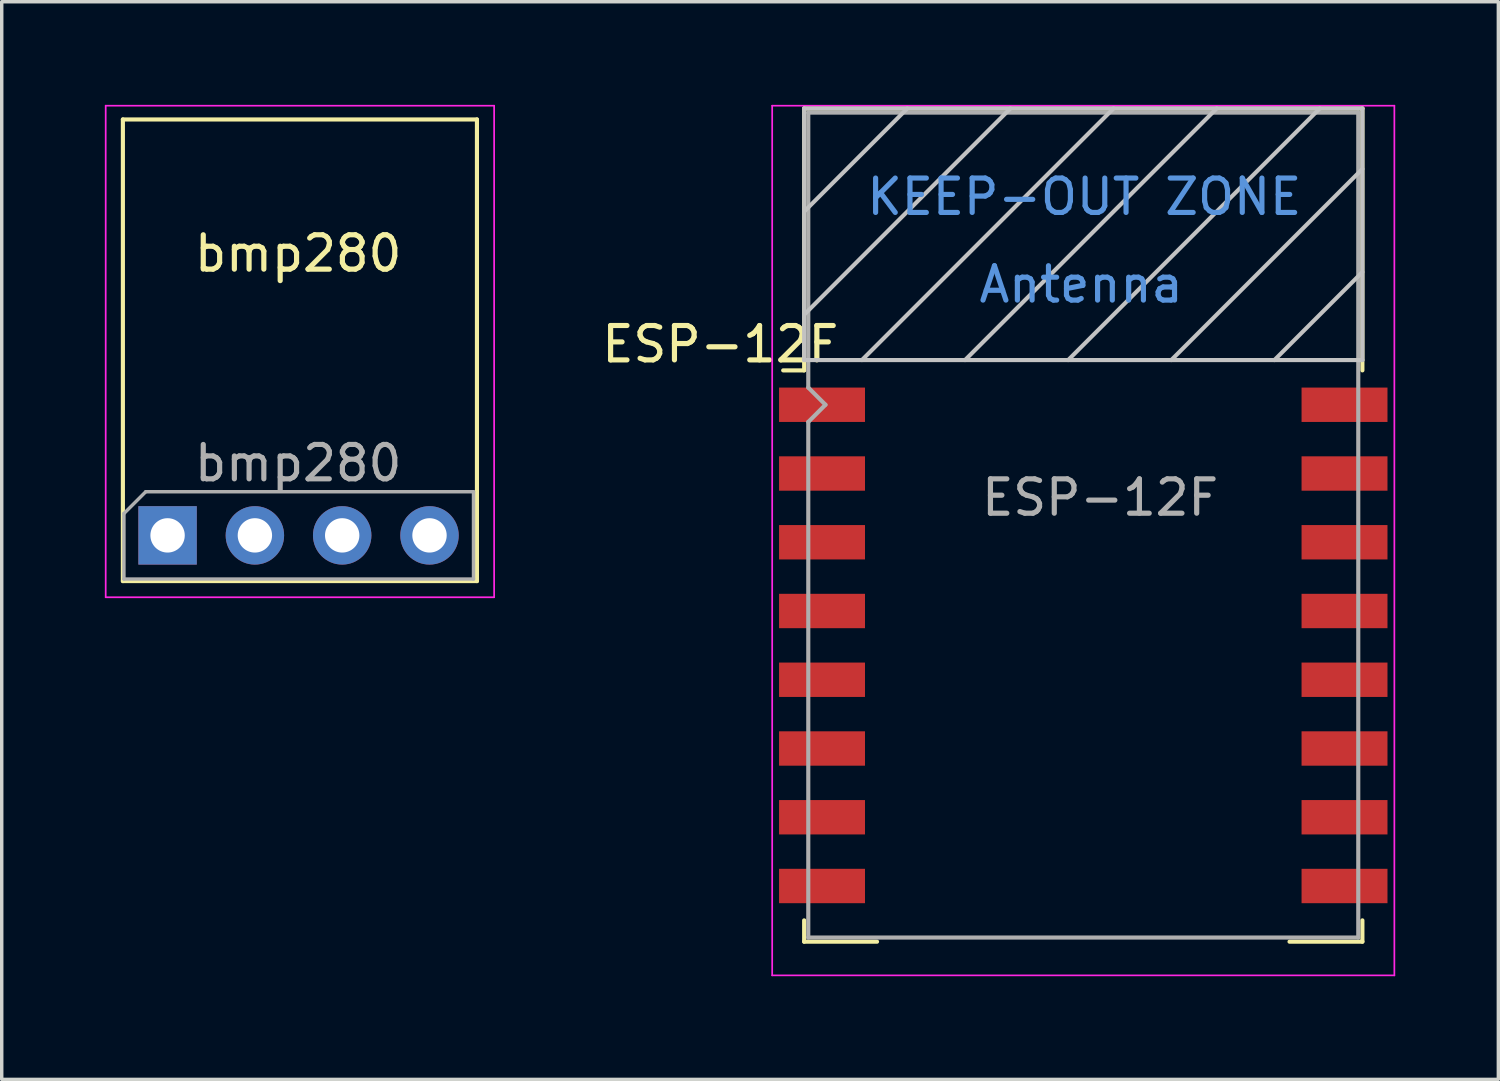
<source format=kicad_pcb>
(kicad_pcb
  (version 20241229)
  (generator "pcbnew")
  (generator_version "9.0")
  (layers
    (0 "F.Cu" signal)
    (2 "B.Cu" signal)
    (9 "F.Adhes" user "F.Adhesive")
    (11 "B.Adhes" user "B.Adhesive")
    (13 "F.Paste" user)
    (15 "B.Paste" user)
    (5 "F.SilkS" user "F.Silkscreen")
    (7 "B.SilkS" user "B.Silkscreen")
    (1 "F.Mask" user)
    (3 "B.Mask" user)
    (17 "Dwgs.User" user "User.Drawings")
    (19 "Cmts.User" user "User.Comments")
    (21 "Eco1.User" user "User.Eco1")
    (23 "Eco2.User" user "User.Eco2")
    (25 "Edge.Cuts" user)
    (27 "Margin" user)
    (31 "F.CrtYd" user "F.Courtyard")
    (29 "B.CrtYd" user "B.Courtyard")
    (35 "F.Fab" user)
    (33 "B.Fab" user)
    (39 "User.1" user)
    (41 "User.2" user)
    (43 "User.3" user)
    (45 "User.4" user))
  (footprint "bmp280"
    (layer "F.Cu")
    (at 5.625 7.525)
    (property "Reference" "bmp280" (at 0 -3.2 0) (layer "F.SilkS") (effects (font (size 1 1) (thickness 0.15))))
    (attr through_hole)
    (fp_line (start -5.1 -7.1) (end 5.2 -7.1) (stroke (width 0.12) (type solid)) (layer "F.SilkS"))
    (fp_line (start -5.1 6.33) (end -5.1 -7.1) (stroke (width 0.12) (type solid)) (layer "F.SilkS"))
    (fp_line (start -5.1 6.33) (end 5.2 6.33) (stroke (width 0.12) (type solid)) (layer "F.SilkS"))
    (fp_line (start 5.2 6.33) (end 5.2 -7.1) (stroke (width 0.12) (type solid)) (layer "F.SilkS"))
    (fp_line (start -5.6 -7.5) (end 5.7 -7.5) (stroke (width 0.05) (type solid)) (layer "F.CrtYd"))
    (fp_line (start -5.6 6.8) (end -5.6 -7.5) (stroke (width 0.05) (type solid)) (layer "F.CrtYd"))
    (fp_line (start 5.7 -7.5) (end 5.7 6.8) (stroke (width 0.05) (type solid)) (layer "F.CrtYd"))
    (fp_line (start 5.7 6.8) (end -5.6 6.8) (stroke (width 0.05) (type solid)) (layer "F.CrtYd"))
    (fp_line (start -5.07 4.365) (end -4.435 3.73) (stroke (width 0.1) (type solid)) (layer "F.Fab"))
    (fp_line (start -5.07 6.27) (end -5.07 4.365) (stroke (width 0.1) (type solid)) (layer "F.Fab"))
    (fp_line (start -4.435 3.73) (end 5.1 3.73) (stroke (width 0.1) (type solid)) (layer "F.Fab"))
    (fp_line (start 5.1 3.73) (end 5.1 6.27) (stroke (width 0.1) (type solid)) (layer "F.Fab"))
    (fp_line (start 5.1 6.27) (end -5.07 6.27) (stroke (width 0.1) (type solid)) (layer "F.Fab"))
    (fp_text user "${REFERENCE}" (at 0 2.9 180) (layer "F.Fab") (effects (font (size 1 1) (thickness 0.15))))
    (pad "1" thru_hole rect (at -3.8 5 90) (size 1.7 1.7) (drill 1) (layers "*.Cu" "*.Mask"))
    (pad "2" thru_hole oval (at -1.26 5 90) (size 1.7 1.7) (drill 1) (layers "*.Cu" "*.Mask"))
    (pad "3" thru_hole oval (at 1.28 5 90) (size 1.7 1.7) (drill 1) (layers "*.Cu" "*.Mask"))
    (pad "4" thru_hole oval (at 3.82 5 90) (size 1.7 1.7) (drill 1) (layers "*.Cu" "*.Mask")))
  (footprint "ESP-12F"
    (layer "F.Cu")
    (at 28.464 12.225)
    (property "Reference" "ESP-12F" (at -10.56 -5.26 0) (layer "F.SilkS") (effects (font (size 1 1) (thickness 0.15))))
    (attr smd)
    (fp_line (start -8.12 -12.12) (end 8.12 -12.12) (stroke (width 0.12) (type solid)) (layer "F.SilkS"))
    (fp_line (start -8.12 -4.5) (end -8.73 -4.5) (stroke (width 0.12) (type solid)) (layer "F.SilkS"))
    (fp_line (start -8.12 -4.5) (end -8.12 -12.12) (stroke (width 0.12) (type solid)) (layer "F.SilkS"))
    (fp_line (start -8.12 12.12) (end -8.12 11.5) (stroke (width 0.12) (type solid)) (layer "F.SilkS"))
    (fp_line (start -6 12.12) (end -8.12 12.12) (stroke (width 0.12) (type solid)) (layer "F.SilkS"))
    (fp_line (start 8.12 -12.12) (end 8.12 -4.5) (stroke (width 0.12) (type solid)) (layer "F.SilkS"))
    (fp_line (start 8.12 11.5) (end 8.12 12.12) (stroke (width 0.12) (type solid)) (layer "F.SilkS"))
    (fp_line (start 8.12 12.12) (end 6 12.12) (stroke (width 0.12) (type solid)) (layer "F.SilkS"))
    (fp_line (start -8.12 -12.12) (end 8.12 -12.12) (stroke (width 0.12) (type solid)) (layer "Dwgs.User"))
    (fp_line (start -8.12 -9.12) (end -5.12 -12.12) (stroke (width 0.12) (type solid)) (layer "Dwgs.User"))
    (fp_line (start -8.12 -6.12) (end -2.12 -12.12) (stroke (width 0.12) (type solid)) (layer "Dwgs.User"))
    (fp_line (start -8.12 -4.8) (end -8.12 -12.12) (stroke (width 0.12) (type solid)) (layer "Dwgs.User"))
    (fp_line (start -6.44 -4.8) (end 0.88 -12.12) (stroke (width 0.12) (type solid)) (layer "Dwgs.User"))
    (fp_line (start -3.44 -4.8) (end 3.88 -12.12) (stroke (width 0.12) (type solid)) (layer "Dwgs.User"))
    (fp_line (start -0.44 -4.8) (end 6.88 -12.12) (stroke (width 0.12) (type solid)) (layer "Dwgs.User"))
    (fp_line (start 2.56 -4.8) (end 8.12 -10.36) (stroke (width 0.12) (type solid)) (layer "Dwgs.User"))
    (fp_line (start 5.56 -4.8) (end 8.12 -7.36) (stroke (width 0.12) (type solid)) (layer "Dwgs.User"))
    (fp_line (start 8.12 -12.12) (end 8.12 -4.8) (stroke (width 0.12) (type solid)) (layer "Dwgs.User"))
    (fp_line (start 8.12 -4.8) (end -8.12 -4.8) (stroke (width 0.12) (type solid)) (layer "Dwgs.User"))
    (fp_line (start -9.05 -12.2) (end 9.05 -12.2) (stroke (width 0.05) (type solid)) (layer "F.CrtYd"))
    (fp_line (start -9.05 13.1) (end -9.05 -12.2) (stroke (width 0.05) (type solid)) (layer "F.CrtYd"))
    (fp_line (start 9.05 -12.2) (end 9.05 13.1) (stroke (width 0.05) (type solid)) (layer "F.CrtYd"))
    (fp_line (start 9.05 13.1) (end -9.05 13.1) (stroke (width 0.05) (type solid)) (layer "F.CrtYd"))
    (fp_line (start -8 -12) (end 8 -12) (stroke (width 0.12) (type solid)) (layer "F.Fab"))
    (fp_line (start -8 -4) (end -8 -12) (stroke (width 0.12) (type solid)) (layer "F.Fab"))
    (fp_line (start -8 -3) (end -7.5 -3.5) (stroke (width 0.12) (type solid)) (layer "F.Fab"))
    (fp_line (start -8 12) (end -8 -3) (stroke (width 0.12) (type solid)) (layer "F.Fab"))
    (fp_line (start -7.5 -3.5) (end -8 -4) (stroke (width 0.12) (type solid)) (layer "F.Fab"))
    (fp_line (start 8 -12) (end 8 12) (stroke (width 0.12) (type solid)) (layer "F.Fab"))
    (fp_line (start 8 12) (end -8 12) (stroke (width 0.12) (type solid)) (layer "F.Fab"))
    (fp_text user "Antenna" (at -0.06 -7 180) (layer "Cmts.User") (effects (font (size 1 1) (thickness 0.15))))
    (fp_text user "KEEP-OUT ZONE" (at 0.03 -9.55 180) (layer "Cmts.User") (effects (font (size 1 1) (thickness 0.15))))
    (fp_text user "${REFERENCE}" (at 0.49 -0.8 0) (layer "F.Fab") (effects (font (size 1 1) (thickness 0.15))))
    (pad "1" smd rect (at -7.6 -3.5) (size 2.5 1) (layers "F.Cu" "F.Mask" "F.Paste"))
    (pad "2" smd rect (at -7.6 -1.5) (size 2.5 1) (layers "F.Cu" "F.Mask" "F.Paste"))
    (pad "3" smd rect (at -7.6 0.5) (size 2.5 1) (layers "F.Cu" "F.Mask" "F.Paste"))
    (pad "4" smd rect (at -7.6 2.5) (size 2.5 1) (layers "F.Cu" "F.Mask" "F.Paste"))
    (pad "5" smd rect (at -7.6 4.5) (size 2.5 1) (layers "F.Cu" "F.Mask" "F.Paste"))
    (pad "6" smd rect (at -7.6 6.5) (size 2.5 1) (layers "F.Cu" "F.Mask" "F.Paste"))
    (pad "7" smd rect (at -7.6 8.5) (size 2.5 1) (layers "F.Cu" "F.Mask" "F.Paste"))
    (pad "8" smd rect (at -7.6 10.5) (size 2.5 1) (layers "F.Cu" "F.Mask" "F.Paste"))
    (pad "15" smd rect (at 7.6 10.5) (size 2.5 1) (layers "F.Cu" "F.Mask" "F.Paste"))
    (pad "16" smd rect (at 7.6 8.5) (size 2.5 1) (layers "F.Cu" "F.Mask" "F.Paste"))
    (pad "17" smd rect (at 7.6 6.5) (size 2.5 1) (layers "F.Cu" "F.Mask" "F.Paste"))
    (pad "18" smd rect (at 7.6 4.5) (size 2.5 1) (layers "F.Cu" "F.Mask" "F.Paste"))
    (pad "19" smd rect (at 7.6 2.5) (size 2.5 1) (layers "F.Cu" "F.Mask" "F.Paste"))
    (pad "20" smd rect (at 7.6 0.5) (size 2.5 1) (layers "F.Cu" "F.Mask" "F.Paste"))
    (pad "21" smd rect (at 7.6 -1.5) (size 2.5 1) (layers "F.Cu" "F.Mask" "F.Paste"))
    (pad "22" smd rect (at 7.6 -3.5) (size 2.5 1) (layers "F.Cu" "F.Mask" "F.Paste")))
  (gr_rect
    (start -3 -3)
    (end 40.539 28.35)
    (stroke (width 0.1) (type default))
    (fill no)
    (layer "Edge.Cuts")))
</source>
